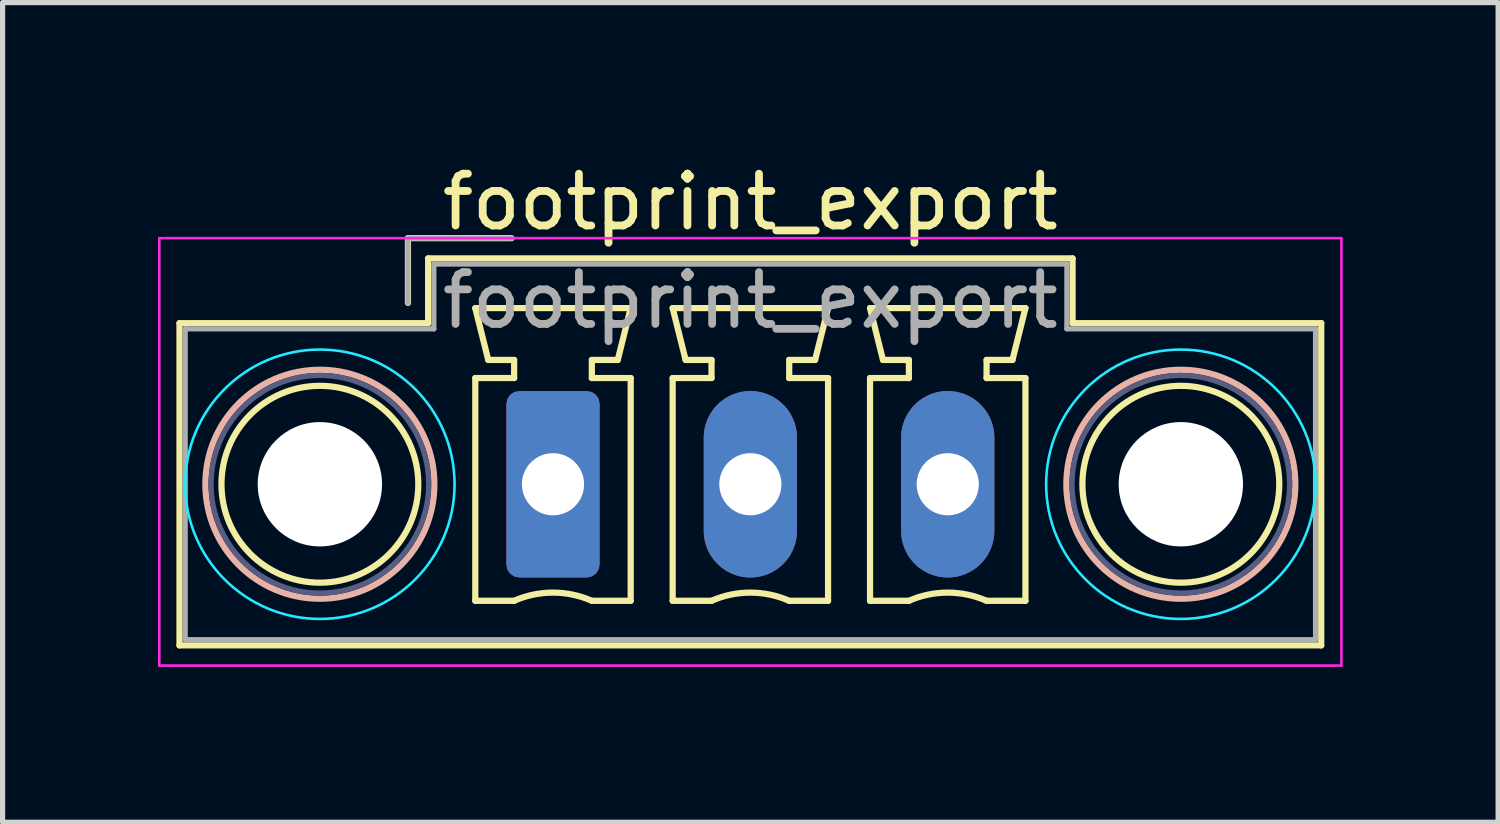
<source format=kicad_pcb>
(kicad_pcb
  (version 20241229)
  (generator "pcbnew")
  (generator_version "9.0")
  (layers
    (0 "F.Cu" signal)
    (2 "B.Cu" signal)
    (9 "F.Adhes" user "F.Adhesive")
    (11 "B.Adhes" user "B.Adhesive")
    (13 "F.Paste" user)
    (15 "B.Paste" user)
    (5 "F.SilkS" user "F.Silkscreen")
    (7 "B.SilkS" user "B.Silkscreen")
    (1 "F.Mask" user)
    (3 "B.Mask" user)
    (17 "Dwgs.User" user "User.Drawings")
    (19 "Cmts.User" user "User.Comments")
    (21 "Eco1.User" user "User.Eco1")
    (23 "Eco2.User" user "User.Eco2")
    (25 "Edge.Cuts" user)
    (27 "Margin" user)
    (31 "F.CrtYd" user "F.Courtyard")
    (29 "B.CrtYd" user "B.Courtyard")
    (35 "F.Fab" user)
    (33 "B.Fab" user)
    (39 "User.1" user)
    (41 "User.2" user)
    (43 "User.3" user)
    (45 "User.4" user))
  (footprint "footprint_export"
    (layer "F.Cu")
    (at 7.625 6.298)
    (property "Reference" "footprint_export" (at 3.81 -5.45 0) (layer "F.SilkS") (effects (font (size 1 1) (thickness 0.15))))
    (attr through_hole)
    (fp_line (start -7.21 -3.11) (end -7.21 3.11) (stroke (width 0.12) (type solid)) (layer "F.SilkS"))
    (fp_line (start -7.21 3.11) (end 14.83 3.11) (stroke (width 0.12) (type solid)) (layer "F.SilkS"))
    (fp_line (start -2.8 -4.75) (end -0.8 -4.75) (stroke (width 0.12) (type solid)) (layer "F.SilkS"))
    (fp_line (start -2.8 -3.5) (end -2.8 -4.75) (stroke (width 0.12) (type solid)) (layer "F.SilkS"))
    (fp_line (start -2.41 -4.36) (end -2.41 -3.11) (stroke (width 0.12) (type solid)) (layer "F.SilkS"))
    (fp_line (start -2.41 -3.11) (end -7.21 -3.11) (stroke (width 0.12) (type solid)) (layer "F.SilkS"))
    (fp_line (start -1.5 -3.4) (end 1.5 -3.4) (stroke (width 0.12) (type solid)) (layer "F.SilkS"))
    (fp_line (start -1.5 -2.05) (end -0.75 -2.05) (stroke (width 0.12) (type solid)) (layer "F.SilkS"))
    (fp_line (start -1.5 2.25) (end -1.5 -2.05) (stroke (width 0.12) (type solid)) (layer "F.SilkS"))
    (fp_line (start -1.25 -2.4) (end -1.5 -3.4) (stroke (width 0.12) (type solid)) (layer "F.SilkS"))
    (fp_line (start -0.75 -2.4) (end -1.25 -2.4) (stroke (width 0.12) (type solid)) (layer "F.SilkS"))
    (fp_line (start -0.75 -2.05) (end -0.75 -2.4) (stroke (width 0.12) (type solid)) (layer "F.SilkS"))
    (fp_line (start -0.75 2.25) (end -1.5 2.25) (stroke (width 0.12) (type solid)) (layer "F.SilkS"))
    (fp_line (start 0.75 -2.4) (end 0.75 -2.05) (stroke (width 0.12) (type solid)) (layer "F.SilkS"))
    (fp_line (start 0.75 -2.05) (end 1.5 -2.05) (stroke (width 0.12) (type solid)) (layer "F.SilkS"))
    (fp_line (start 1.25 -2.4) (end 0.75 -2.4) (stroke (width 0.12) (type solid)) (layer "F.SilkS"))
    (fp_line (start 1.5 -3.4) (end 1.25 -2.4) (stroke (width 0.12) (type solid)) (layer "F.SilkS"))
    (fp_line (start 1.5 -2.05) (end 1.5 2.25) (stroke (width 0.12) (type solid)) (layer "F.SilkS"))
    (fp_line (start 1.5 2.25) (end 0.75 2.25) (stroke (width 0.12) (type solid)) (layer "F.SilkS"))
    (fp_line (start 2.31 -3.4) (end 5.31 -3.4) (stroke (width 0.12) (type solid)) (layer "F.SilkS"))
    (fp_line (start 2.31 -2.05) (end 3.06 -2.05) (stroke (width 0.12) (type solid)) (layer "F.SilkS"))
    (fp_line (start 2.31 2.25) (end 2.31 -2.05) (stroke (width 0.12) (type solid)) (layer "F.SilkS"))
    (fp_line (start 2.56 -2.4) (end 2.31 -3.4) (stroke (width 0.12) (type solid)) (layer "F.SilkS"))
    (fp_line (start 3.06 -2.4) (end 2.56 -2.4) (stroke (width 0.12) (type solid)) (layer "F.SilkS"))
    (fp_line (start 3.06 -2.05) (end 3.06 -2.4) (stroke (width 0.12) (type solid)) (layer "F.SilkS"))
    (fp_line (start 3.06 2.25) (end 2.31 2.25) (stroke (width 0.12) (type solid)) (layer "F.SilkS"))
    (fp_line (start 4.56 -2.4) (end 4.56 -2.05) (stroke (width 0.12) (type solid)) (layer "F.SilkS"))
    (fp_line (start 4.56 -2.05) (end 5.31 -2.05) (stroke (width 0.12) (type solid)) (layer "F.SilkS"))
    (fp_line (start 5.06 -2.4) (end 4.56 -2.4) (stroke (width 0.12) (type solid)) (layer "F.SilkS"))
    (fp_line (start 5.31 -3.4) (end 5.06 -2.4) (stroke (width 0.12) (type solid)) (layer "F.SilkS"))
    (fp_line (start 5.31 -2.05) (end 5.31 2.25) (stroke (width 0.12) (type solid)) (layer "F.SilkS"))
    (fp_line (start 5.31 2.25) (end 4.56 2.25) (stroke (width 0.12) (type solid)) (layer "F.SilkS"))
    (fp_line (start 6.12 -3.4) (end 9.12 -3.4) (stroke (width 0.12) (type solid)) (layer "F.SilkS"))
    (fp_line (start 6.12 -2.05) (end 6.87 -2.05) (stroke (width 0.12) (type solid)) (layer "F.SilkS"))
    (fp_line (start 6.12 2.25) (end 6.12 -2.05) (stroke (width 0.12) (type solid)) (layer "F.SilkS"))
    (fp_line (start 6.37 -2.4) (end 6.12 -3.4) (stroke (width 0.12) (type solid)) (layer "F.SilkS"))
    (fp_line (start 6.87 -2.4) (end 6.37 -2.4) (stroke (width 0.12) (type solid)) (layer "F.SilkS"))
    (fp_line (start 6.87 -2.05) (end 6.87 -2.4) (stroke (width 0.12) (type solid)) (layer "F.SilkS"))
    (fp_line (start 6.87 2.25) (end 6.12 2.25) (stroke (width 0.12) (type solid)) (layer "F.SilkS"))
    (fp_line (start 8.37 -2.4) (end 8.37 -2.05) (stroke (width 0.12) (type solid)) (layer "F.SilkS"))
    (fp_line (start 8.37 -2.05) (end 9.12 -2.05) (stroke (width 0.12) (type solid)) (layer "F.SilkS"))
    (fp_line (start 8.87 -2.4) (end 8.37 -2.4) (stroke (width 0.12) (type solid)) (layer "F.SilkS"))
    (fp_line (start 9.12 -3.4) (end 8.87 -2.4) (stroke (width 0.12) (type solid)) (layer "F.SilkS"))
    (fp_line (start 9.12 -2.05) (end 9.12 2.25) (stroke (width 0.12) (type solid)) (layer "F.SilkS"))
    (fp_line (start 9.12 2.25) (end 8.37 2.25) (stroke (width 0.12) (type solid)) (layer "F.SilkS"))
    (fp_line (start 10.03 -4.36) (end -2.41 -4.36) (stroke (width 0.12) (type solid)) (layer "F.SilkS"))
    (fp_line (start 10.03 -3.11) (end 10.03 -4.36) (stroke (width 0.12) (type solid)) (layer "F.SilkS"))
    (fp_line (start 14.83 -3.11) (end 10.03 -3.11) (stroke (width 0.12) (type solid)) (layer "F.SilkS"))
    (fp_line (start 14.83 3.11) (end 14.83 -3.11) (stroke (width 0.12) (type solid)) (layer "F.SilkS"))
    (fp_arc (start -0.75 2.25) (mid -0.000193 2.09191) (end 0.749647 2.249844) (stroke (width 0.12) (type solid)) (layer "F.SilkS"))
    (fp_arc (start 3.06 2.25) (mid 3.809807 2.09191) (end 4.559647 2.249844) (stroke (width 0.12) (type solid)) (layer "F.SilkS"))
    (fp_arc (start 6.87 2.25) (mid 7.619807 2.09191) (end 8.369647 2.249844) (stroke (width 0.12) (type solid)) (layer "F.SilkS"))
    (fp_circle (center -4.5 0) (end -2.6 0) (stroke (width 0.12) (type solid)) (fill no) (layer "F.SilkS"))
    (fp_circle (center 12.12 0) (end 14.02 0) (stroke (width 0.12) (type solid)) (fill no) (layer "F.SilkS"))
    (fp_circle (center -4.5 0) (end -2.29 0) (stroke (width 0.12) (type solid)) (fill no) (layer "B.SilkS"))
    (fp_circle (center 12.12 0) (end 14.33 0) (stroke (width 0.12) (type solid)) (fill no) (layer "B.SilkS"))
    (fp_circle (center -4.5 0) (end -1.9 0) (stroke (width 0.05) (type solid)) (fill no) (layer "B.CrtYd"))
    (fp_circle (center 12.12 0) (end 14.72 0) (stroke (width 0.05) (type solid)) (fill no) (layer "B.CrtYd"))
    (fp_line (start -7.6 -4.75) (end -7.6 3.5) (stroke (width 0.05) (type solid)) (layer "F.CrtYd"))
    (fp_line (start -7.6 3.5) (end 15.22 3.5) (stroke (width 0.05) (type solid)) (layer "F.CrtYd"))
    (fp_line (start 15.22 -4.75) (end -7.6 -4.75) (stroke (width 0.05) (type solid)) (layer "F.CrtYd"))
    (fp_line (start 15.22 3.5) (end 15.22 -4.75) (stroke (width 0.05) (type solid)) (layer "F.CrtYd"))
    (fp_circle (center -4.5 0) (end -2.4 0) (stroke (width 0.1) (type solid)) (fill no) (layer "B.Fab"))
    (fp_circle (center 12.12 0) (end 14.22 0) (stroke (width 0.1) (type solid)) (fill no) (layer "B.Fab"))
    (fp_line (start -7.1 -3) (end -7.1 3) (stroke (width 0.1) (type solid)) (layer "F.Fab"))
    (fp_line (start -7.1 3) (end 14.72 3) (stroke (width 0.1) (type solid)) (layer "F.Fab"))
    (fp_line (start -2.8 -4.75) (end -0.8 -4.75) (stroke (width 0.1) (type solid)) (layer "F.Fab"))
    (fp_line (start -2.8 -3.5) (end -2.8 -4.75) (stroke (width 0.1) (type solid)) (layer "F.Fab"))
    (fp_line (start -2.3 -4.25) (end -2.3 -3) (stroke (width 0.1) (type solid)) (layer "F.Fab"))
    (fp_line (start -2.3 -3) (end -7.1 -3) (stroke (width 0.1) (type solid)) (layer "F.Fab"))
    (fp_line (start 9.92 -4.25) (end -2.3 -4.25) (stroke (width 0.1) (type solid)) (layer "F.Fab"))
    (fp_line (start 9.92 -3) (end 9.92 -4.25) (stroke (width 0.1) (type solid)) (layer "F.Fab"))
    (fp_line (start 14.72 -3) (end 9.92 -3) (stroke (width 0.1) (type solid)) (layer "F.Fab"))
    (fp_line (start 14.72 3) (end 14.72 -3) (stroke (width 0.1) (type solid)) (layer "F.Fab"))
    (fp_text user "${REFERENCE}" (at 3.81 -3.55 0) (layer "F.Fab") (effects (font (size 1 1) (thickness 0.15))))
    (pad "" np_thru_hole circle (at -4.5 0) (size 2.4 2.4) (drill 2.4) (layers "*.Cu" "*.Mask"))
    (pad "" np_thru_hole circle (at 12.12 0) (size 2.4 2.4) (drill 2.4) (layers "*.Cu" "*.Mask"))
    (pad "1" thru_hole roundrect (at 0 0) (size 1.8 3.6) (drill 1.2) (layers "*.Cu" "*.Mask") (roundrect_rratio 0.139))
    (pad "2" thru_hole oval (at 3.81 0) (size 1.8 3.6) (drill 1.2) (layers "*.Cu" "*.Mask"))
    (pad "3" thru_hole oval (at 7.62 0) (size 1.8 3.6) (drill 1.2) (layers "*.Cu" "*.Mask")))
  (gr_rect
    (start -3 -3)
    (end 25.87 12.823)
    (stroke (width 0.1) (type default))
    (fill no)
    (layer "Edge.Cuts")))
</source>
